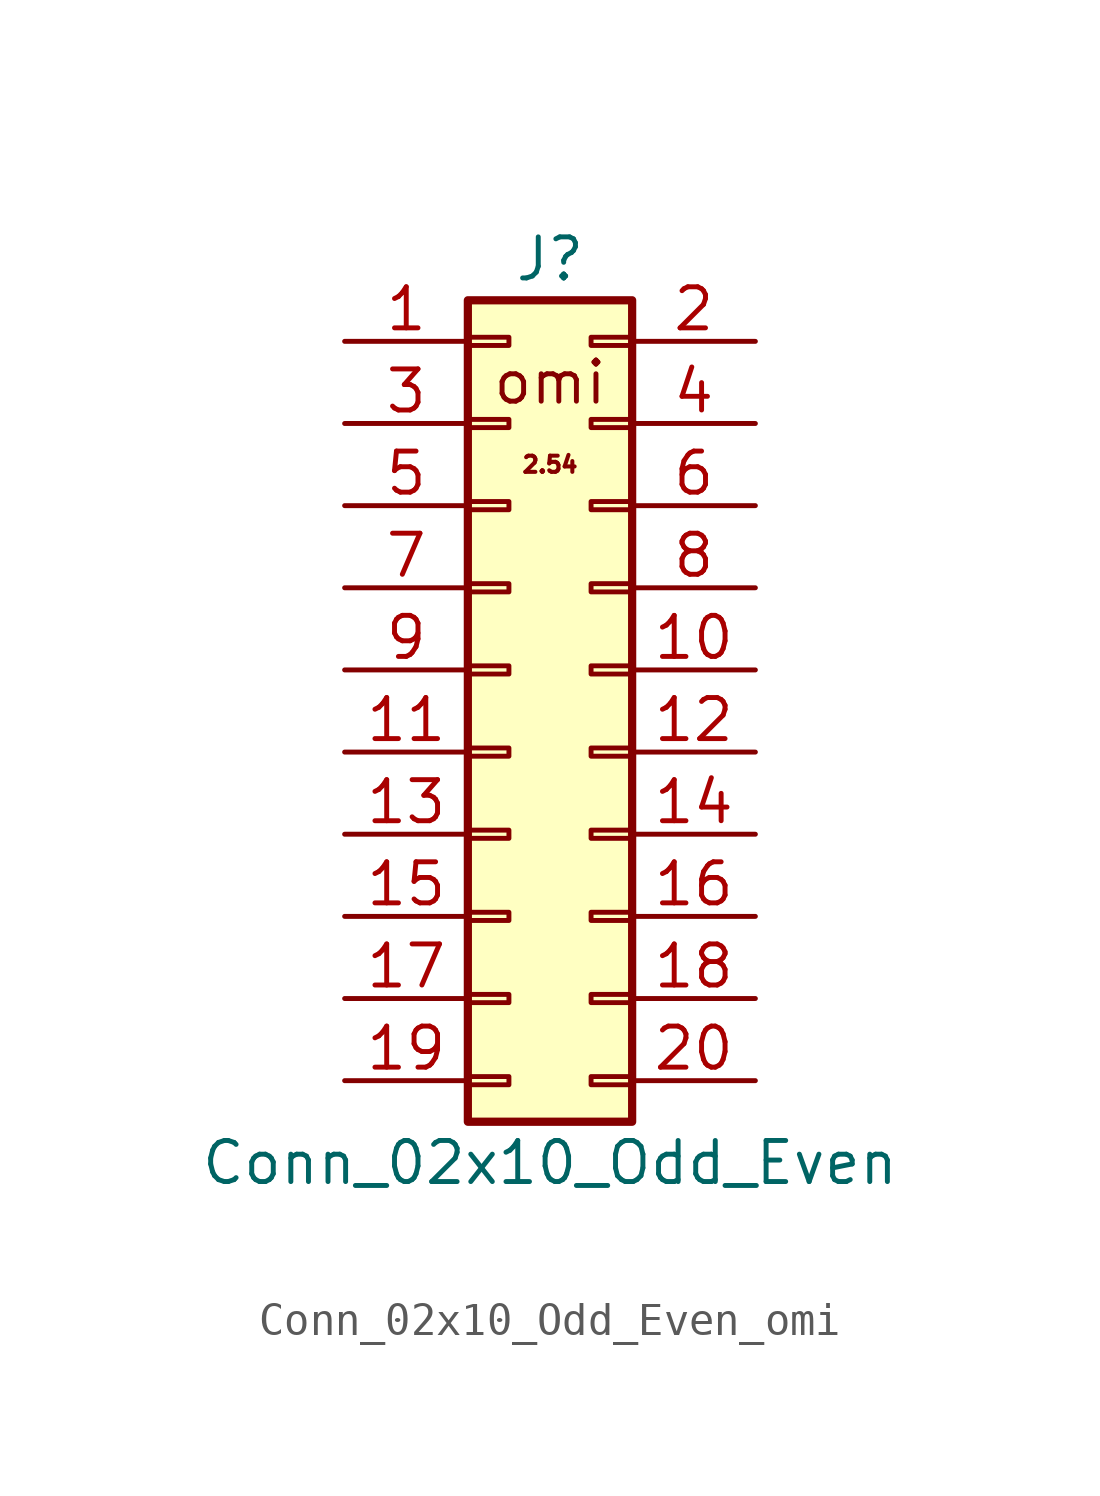
<source format=kicad_sym>
(kicad_symbol_lib
  (version 20220914)
  (generator kicad_symbol_editor)
  (symbol "Conn_02x10_Odd_Even_omi"
    (pin_names
      (offset 1.016) hide)
    (property "Reference" "J"
      (at 1.27 12.7 0)
      (effects (font (size 1.27 1.27))))
    (property "Value" "Conn_02x10_Odd_Even"
      (at 1.27 -15.24 0)
      (effects (font (size 1.27 1.27))))
    (symbol "Conn_02x10_Odd_Even_omi_1_1"
      (rectangle (start -1.27 -12.573) (end 0 -12.827) (stroke (width 0.152) (type default)) (fill (type none)))
      (rectangle (start -1.27 -10.033) (end 0 -10.287) (stroke (width 0.152) (type default)) (fill (type none)))
      (rectangle (start -1.27 -7.493) (end 0 -7.747) (stroke (width 0.152) (type default)) (fill (type none)))
      (rectangle (start -1.27 -4.953) (end 0 -5.207) (stroke (width 0.152) (type default)) (fill (type none)))
      (rectangle (start -1.27 -2.413) (end 0 -2.667) (stroke (width 0.152) (type default)) (fill (type none)))
      (rectangle (start -1.27 0.127) (end 0 -0.127) (stroke (width 0.152) (type default)) (fill (type none)))
      (rectangle (start -1.27 2.667) (end 0 2.413) (stroke (width 0.152) (type default)) (fill (type none)))
      (rectangle (start -1.27 5.207) (end 0 4.953) (stroke (width 0.152) (type default)) (fill (type none)))
      (rectangle (start -1.27 7.747) (end 0 7.493) (stroke (width 0.152) (type default)) (fill (type none)))
      (rectangle (start -1.27 10.287) (end 0 10.033) (stroke (width 0.152) (type default)) (fill (type none)))
      (rectangle (start -1.27 11.43) (end 3.81 -13.97) (stroke (width 0.254) (type default)) (fill (type background)))
      (rectangle (start 3.81 -12.573) (end 2.54 -12.827) (stroke (width 0.152) (type default)) (fill (type none)))
      (rectangle (start 3.81 -10.033) (end 2.54 -10.287) (stroke (width 0.152) (type default)) (fill (type none)))
      (rectangle (start 3.81 -7.493) (end 2.54 -7.747) (stroke (width 0.152) (type default)) (fill (type none)))
      (rectangle (start 3.81 -4.953) (end 2.54 -5.207) (stroke (width 0.152) (type default)) (fill (type none)))
      (rectangle (start 3.81 -2.413) (end 2.54 -2.667) (stroke (width 0.152) (type default)) (fill (type none)))
      (rectangle (start 3.81 0.127) (end 2.54 -0.127) (stroke (width 0.152) (type default)) (fill (type none)))
      (rectangle (start 3.81 2.667) (end 2.54 2.413) (stroke (width 0.152) (type default)) (fill (type none)))
      (rectangle (start 3.81 5.207) (end 2.54 4.953) (stroke (width 0.152) (type default)) (fill (type none)))
      (rectangle (start 3.81 7.747) (end 2.54 7.493) (stroke (width 0.152) (type default)) (fill (type none)))
      (rectangle (start 3.81 10.287) (end 2.54 10.033) (stroke (width 0.152) (type default)) (fill (type none)))
      (text "2.54" (at 1.27 6.35 0) (effects (font (size 0.5 0.5))))
      (text "omi" (at 1.27 8.89 0) (effects (font (size 1.27 1.27))))
      (pin passive line (at -5.08 10.16 0) (length 3.81) (name "Pin_1" (effects (font (size 1.27 1.27)))) (number "1" (effects (font (size 1.27 1.27)))))
      (pin passive line (at 7.62 0 180) (length 3.81) (name "Pin_10" (effects (font (size 1.27 1.27)))) (number "10" (effects (font (size 1.27 1.27)))))
      (pin passive line (at -5.08 -2.54 0) (length 3.81) (name "Pin_11" (effects (font (size 1.27 1.27)))) (number "11" (effects (font (size 1.27 1.27)))))
      (pin passive line (at 7.62 -2.54 180) (length 3.81) (name "Pin_12" (effects (font (size 1.27 1.27)))) (number "12" (effects (font (size 1.27 1.27)))))
      (pin passive line (at -5.08 -5.08 0) (length 3.81) (name "Pin_13" (effects (font (size 1.27 1.27)))) (number "13" (effects (font (size 1.27 1.27)))))
      (pin passive line (at 7.62 -5.08 180) (length 3.81) (name "Pin_14" (effects (font (size 1.27 1.27)))) (number "14" (effects (font (size 1.27 1.27)))))
      (pin passive line (at -5.08 -7.62 0) (length 3.81) (name "Pin_15" (effects (font (size 1.27 1.27)))) (number "15" (effects (font (size 1.27 1.27)))))
      (pin passive line (at 7.62 -7.62 180) (length 3.81) (name "Pin_16" (effects (font (size 1.27 1.27)))) (number "16" (effects (font (size 1.27 1.27)))))
      (pin passive line (at -5.08 -10.16 0) (length 3.81) (name "Pin_17" (effects (font (size 1.27 1.27)))) (number "17" (effects (font (size 1.27 1.27)))))
      (pin passive line (at 7.62 -10.16 180) (length 3.81) (name "Pin_18" (effects (font (size 1.27 1.27)))) (number "18" (effects (font (size 1.27 1.27)))))
      (pin passive line (at -5.08 -12.7 0) (length 3.81) (name "Pin_19" (effects (font (size 1.27 1.27)))) (number "19" (effects (font (size 1.27 1.27)))))
      (pin passive line (at 7.62 10.16 180) (length 3.81) (name "Pin_2" (effects (font (size 1.27 1.27)))) (number "2" (effects (font (size 1.27 1.27)))))
      (pin passive line (at 7.62 -12.7 180) (length 3.81) (name "Pin_20" (effects (font (size 1.27 1.27)))) (number "20" (effects (font (size 1.27 1.27)))))
      (pin passive line (at -5.08 7.62 0) (length 3.81) (name "Pin_3" (effects (font (size 1.27 1.27)))) (number "3" (effects (font (size 1.27 1.27)))))
      (pin passive line (at 7.62 7.62 180) (length 3.81) (name "Pin_4" (effects (font (size 1.27 1.27)))) (number "4" (effects (font (size 1.27 1.27)))))
      (pin passive line (at -5.08 5.08 0) (length 3.81) (name "Pin_5" (effects (font (size 1.27 1.27)))) (number "5" (effects (font (size 1.27 1.27)))))
      (pin passive line (at 7.62 5.08 180) (length 3.81) (name "Pin_6" (effects (font (size 1.27 1.27)))) (number "6" (effects (font (size 1.27 1.27)))))
      (pin passive line (at -5.08 2.54 0) (length 3.81) (name "Pin_7" (effects (font (size 1.27 1.27)))) (number "7" (effects (font (size 1.27 1.27)))))
      (pin passive line (at 7.62 2.54 180) (length 3.81) (name "Pin_8" (effects (font (size 1.27 1.27)))) (number "8" (effects (font (size 1.27 1.27)))))
      (pin passive line (at -5.08 0 0) (length 3.81) (name "Pin_9" (effects (font (size 1.27 1.27)))) (number "9" (effects (font (size 1.27 1.27))))))))
</source>
